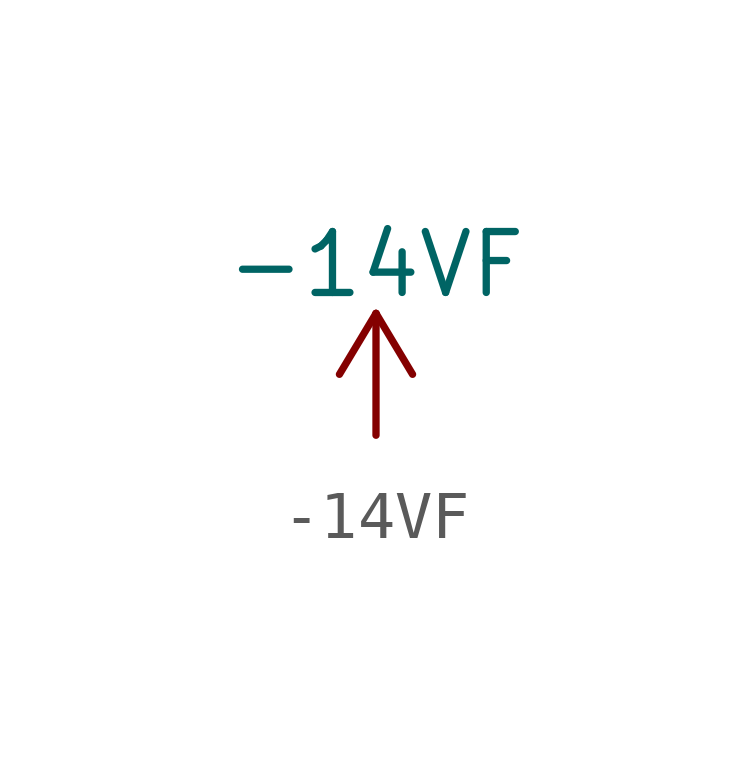
<source format=kicad_sym>
(kicad_symbol_lib
  (version 20211014)
  (generator kicad_symbol_editor)
  (symbol "-14VF"
    (power)
    (pin_names
      (offset 0))
    (property "Reference" "#PWR"
      (at 0 -3.81 0)
      (effects (font (size 1.27 1.27)) hide))
    (property "Value" "-14VF"
      (at 0 3.556 0)
      (effects (font (size 1.27 1.27))))
    (symbol "-14VF_0_1"
      (polyline (pts (xy -0.762 1.27) (xy 0 2.54)) (stroke (width 0) (type default) (color 0 0 0 0)) (fill (type none)))
      (polyline (pts (xy 0 0) (xy 0 2.54)) (stroke (width 0) (type default) (color 0 0 0 0)) (fill (type none)))
      (polyline (pts (xy 0 2.54) (xy 0.762 1.27)) (stroke (width 0) (type default) (color 0 0 0 0)) (fill (type none))))
    (symbol "-14VF_1_1"
      (pin power_in line (at 0 0 90) (length 0) hide (name "-14VF" (effects (font (size 1.27 1.27)))) (number "1" (effects (font (size 1.27 1.27))))))))
</source>
